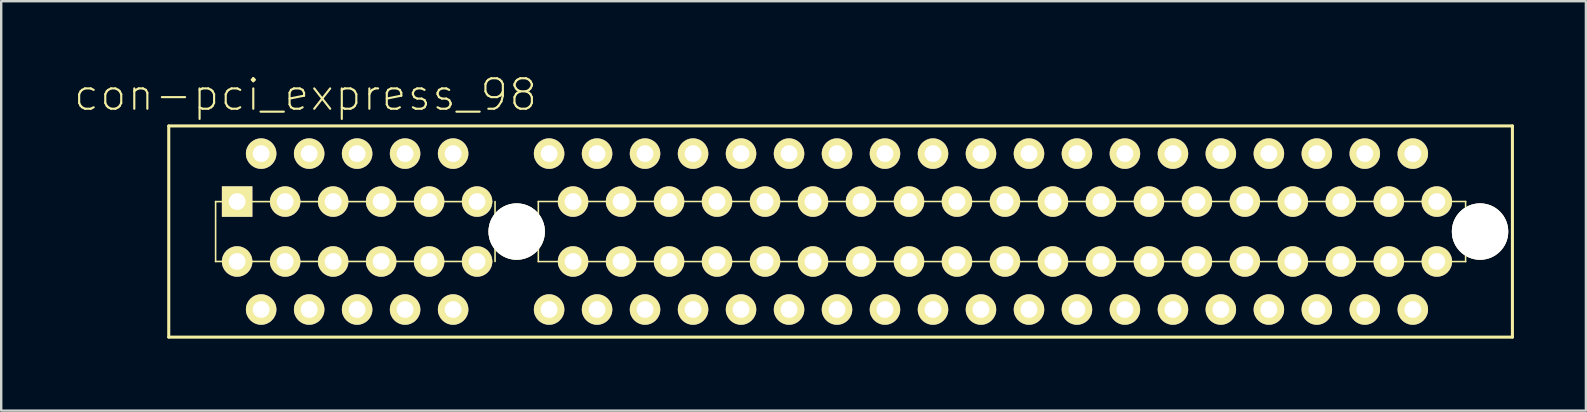
<source format=kicad_pcb>
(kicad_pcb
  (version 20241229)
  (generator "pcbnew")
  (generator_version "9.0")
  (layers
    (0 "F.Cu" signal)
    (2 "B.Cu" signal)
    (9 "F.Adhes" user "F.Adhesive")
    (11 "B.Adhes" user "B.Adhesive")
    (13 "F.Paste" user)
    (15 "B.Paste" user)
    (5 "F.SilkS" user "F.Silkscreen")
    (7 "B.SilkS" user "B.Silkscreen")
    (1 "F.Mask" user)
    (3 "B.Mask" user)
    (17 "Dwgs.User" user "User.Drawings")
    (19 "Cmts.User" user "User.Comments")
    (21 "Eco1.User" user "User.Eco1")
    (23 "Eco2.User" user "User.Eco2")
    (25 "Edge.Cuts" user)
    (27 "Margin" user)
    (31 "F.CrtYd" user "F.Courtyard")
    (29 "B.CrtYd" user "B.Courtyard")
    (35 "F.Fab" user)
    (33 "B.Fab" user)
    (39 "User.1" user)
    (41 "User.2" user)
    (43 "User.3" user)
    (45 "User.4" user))
  (footprint "con-pci_express_98"
    (layer "F.Cu")
    (at 16.833 6.85)
    (property "Reference" "con-pci_express_98" (at -7.15 -5.951 0) (layer "F.SilkS") (effects (font (size 1.27 1.27) (thickness 0.089))))
    (attr exclude_from_pos_files exclude_from_bom)
    (fp_line (start -12.85 4.148) (end -12.85 -4.648) (stroke (width 0.127) (type solid)) (layer "F.SilkS"))
    (fp_line (start -10.899 0.998) (end 0.599 0.998) (stroke (width 0.066) (type solid)) (layer "F.SilkS"))
    (fp_line (start -10.897 -1.499) (end 0.602 -1.499) (stroke (width 0.066) (type solid)) (layer "F.SilkS"))
    (fp_line (start -10.897 0.998) (end -10.897 -1.499) (stroke (width 0.066) (type solid)) (layer "F.SilkS"))
    (fp_line (start 0.749 0.998) (end 0.749 -1.499) (stroke (width 0.066) (type solid)) (layer "F.SilkS"))
    (fp_line (start 2.55 -1.501) (end 41.201 -1.501) (stroke (width 0.064) (type solid)) (layer "F.SilkS"))
    (fp_line (start 2.55 1.001) (end 41.201 1.001) (stroke (width 0.064) (type solid)) (layer "F.SilkS"))
    (fp_line (start 2.553 0.998) (end 2.553 -1.499) (stroke (width 0.066) (type solid)) (layer "F.SilkS"))
    (fp_line (start 41.199 1.001) (end 41.199 -1.501) (stroke (width 0.064) (type solid)) (layer "F.SilkS"))
    (fp_line (start 43.15 -4.651) (end -12.85 -4.651) (stroke (width 0.127) (type solid)) (layer "F.SilkS"))
    (fp_line (start 43.15 -4.651) (end 43.15 4.15) (stroke (width 0.127) (type solid)) (layer "F.SilkS"))
    (fp_line (start 43.15 4.15) (end -12.85 4.15) (stroke (width 0.127) (type solid)) (layer "F.SilkS"))
    (pad "" thru_hole circle (at 1.651 -0.249) (size 2.349 2.349) (drill 2.349) (layers "*.Cu" "F.Mask" "F.SilkS" "F.Paste"))
    (pad "" thru_hole circle (at 41.801 -0.249) (size 2.349 2.349) (drill 2.349) (layers "*.Cu" "F.Mask" "F.SilkS" "F.Paste"))
    (pad "A1" thru_hole rect (at -10 -1.499) (size 1.27 1.27) (drill 0.699) (layers "*.Cu" "F.Mask" "F.SilkS" "F.Paste"))
    (pad "A2" thru_hole circle (at -8.999 -3.498) (size 1.27 1.27) (drill 0.699) (layers "*.Cu" "F.Mask" "F.SilkS" "F.Paste"))
    (pad "A3" thru_hole circle (at -7.998 -1.499) (size 1.27 1.27) (drill 0.699) (layers "*.Cu" "F.Mask" "F.SilkS" "F.Paste"))
    (pad "A4" thru_hole circle (at -6.998 -3.498) (size 1.27 1.27) (drill 0.699) (layers "*.Cu" "F.Mask" "F.SilkS" "F.Paste"))
    (pad "A5" thru_hole circle (at -5.999 -1.499) (size 1.27 1.27) (drill 0.699) (layers "*.Cu" "F.Mask" "F.SilkS" "F.Paste"))
    (pad "A6" thru_hole circle (at -4.999 -3.498) (size 1.27 1.27) (drill 0.699) (layers "*.Cu" "F.Mask" "F.SilkS" "F.Paste"))
    (pad "A7" thru_hole circle (at -3.998 -1.499) (size 1.27 1.27) (drill 0.699) (layers "*.Cu" "F.Mask" "F.SilkS" "F.Paste"))
    (pad "A8" thru_hole circle (at -3 -3.498) (size 1.27 1.27) (drill 0.699) (layers "*.Cu" "F.Mask" "F.SilkS" "F.Paste"))
    (pad "A9" thru_hole circle (at -1.999 -1.499) (size 1.27 1.27) (drill 0.699) (layers "*.Cu" "F.Mask" "F.SilkS" "F.Paste"))
    (pad "A10" thru_hole circle (at -0.998 -3.498) (size 1.27 1.27) (drill 0.699) (layers "*.Cu" "F.Mask" "F.SilkS" "F.Paste"))
    (pad "A11" thru_hole circle (at 0 -1.499) (size 1.27 1.27) (drill 0.699) (layers "*.Cu" "F.Mask" "F.SilkS" "F.Paste"))
    (pad "A12" thru_hole circle (at 3.002 -3.498) (size 1.27 1.27) (drill 0.699) (layers "*.Cu" "F.Mask" "F.SilkS" "F.Paste"))
    (pad "A13" thru_hole circle (at 4 -1.499) (size 1.27 1.27) (drill 0.699) (layers "*.Cu" "F.Mask" "F.SilkS" "F.Paste"))
    (pad "A14" thru_hole circle (at 5.001 -3.498) (size 1.27 1.27) (drill 0.699) (layers "*.Cu" "F.Mask" "F.SilkS" "F.Paste"))
    (pad "A15" thru_hole circle (at 6.002 -1.499) (size 1.27 1.27) (drill 0.699) (layers "*.Cu" "F.Mask" "F.SilkS" "F.Paste"))
    (pad "A16" thru_hole circle (at 7 -3.498) (size 1.27 1.27) (drill 0.699) (layers "*.Cu" "F.Mask" "F.SilkS" "F.Paste"))
    (pad "A17" thru_hole circle (at 8.001 -1.499) (size 1.27 1.27) (drill 0.699) (layers "*.Cu" "F.Mask" "F.SilkS" "F.Paste"))
    (pad "A18" thru_hole circle (at 9.002 -3.498) (size 1.27 1.27) (drill 0.699) (layers "*.Cu" "F.Mask" "F.SilkS" "F.Paste"))
    (pad "A19" thru_hole circle (at 10 -1.499) (size 1.27 1.27) (drill 0.699) (layers "*.Cu" "F.Mask" "F.SilkS" "F.Paste"))
    (pad "A20" thru_hole circle (at 11.001 -3.498) (size 1.27 1.27) (drill 0.699) (layers "*.Cu" "F.Mask" "F.SilkS" "F.Paste"))
    (pad "A21" thru_hole circle (at 12.002 -1.499) (size 1.27 1.27) (drill 0.699) (layers "*.Cu" "F.Mask" "F.SilkS" "F.Paste"))
    (pad "A22" thru_hole circle (at 13.002 -3.498) (size 1.27 1.27) (drill 0.699) (layers "*.Cu" "F.Mask" "F.SilkS" "F.Paste"))
    (pad "A23" thru_hole circle (at 14 -1.499) (size 1.27 1.27) (drill 0.699) (layers "*.Cu" "F.Mask" "F.SilkS" "F.Paste"))
    (pad "A24" thru_hole circle (at 15.001 -3.498) (size 1.27 1.27) (drill 0.699) (layers "*.Cu" "F.Mask" "F.SilkS" "F.Paste"))
    (pad "A25" thru_hole circle (at 16.002 -1.499) (size 1.27 1.27) (drill 0.699) (layers "*.Cu" "F.Mask" "F.SilkS" "F.Paste"))
    (pad "A26" thru_hole circle (at 17 -3.498) (size 1.27 1.27) (drill 0.699) (layers "*.Cu" "F.Mask" "F.SilkS" "F.Paste"))
    (pad "A27" thru_hole circle (at 18.001 -1.499) (size 1.27 1.27) (drill 0.699) (layers "*.Cu" "F.Mask" "F.SilkS" "F.Paste"))
    (pad "A28" thru_hole circle (at 19.002 -3.498) (size 1.27 1.27) (drill 0.699) (layers "*.Cu" "F.Mask" "F.SilkS" "F.Paste"))
    (pad "A29" thru_hole circle (at 20 -1.499) (size 1.27 1.27) (drill 0.699) (layers "*.Cu" "F.Mask" "F.SilkS" "F.Paste"))
    (pad "A30" thru_hole circle (at 21.001 -3.498) (size 1.27 1.27) (drill 0.699) (layers "*.Cu" "F.Mask" "F.SilkS" "F.Paste"))
    (pad "A31" thru_hole circle (at 22.001 -1.499) (size 1.27 1.27) (drill 0.699) (layers "*.Cu" "F.Mask" "F.SilkS" "F.Paste"))
    (pad "A32" thru_hole circle (at 23.002 -3.498) (size 1.27 1.27) (drill 0.699) (layers "*.Cu" "F.Mask" "F.SilkS" "F.Paste"))
    (pad "A33" thru_hole circle (at 24 -1.499) (size 1.27 1.27) (drill 0.699) (layers "*.Cu" "F.Mask" "F.SilkS" "F.Paste"))
    (pad "A34" thru_hole circle (at 25.001 -3.498) (size 1.27 1.27) (drill 0.699) (layers "*.Cu" "F.Mask" "F.SilkS" "F.Paste"))
    (pad "A35" thru_hole circle (at 26.002 -1.499) (size 1.27 1.27) (drill 0.699) (layers "*.Cu" "F.Mask" "F.SilkS" "F.Paste"))
    (pad "A36" thru_hole circle (at 27 -3.498) (size 1.27 1.27) (drill 0.699) (layers "*.Cu" "F.Mask" "F.SilkS" "F.Paste"))
    (pad "A37" thru_hole circle (at 28.001 -1.499) (size 1.27 1.27) (drill 0.699) (layers "*.Cu" "F.Mask" "F.SilkS" "F.Paste"))
    (pad "A38" thru_hole circle (at 29.002 -3.498) (size 1.27 1.27) (drill 0.699) (layers "*.Cu" "F.Mask" "F.SilkS" "F.Paste"))
    (pad "A39" thru_hole circle (at 30 -1.499) (size 1.27 1.27) (drill 0.699) (layers "*.Cu" "F.Mask" "F.SilkS" "F.Paste"))
    (pad "A40" thru_hole circle (at 30.998 -3.498) (size 1.27 1.27) (drill 0.699) (layers "*.Cu" "F.Mask" "F.SilkS" "F.Paste"))
    (pad "A41" thru_hole circle (at 31.999 -1.499) (size 1.27 1.27) (drill 0.699) (layers "*.Cu" "F.Mask" "F.SilkS" "F.Paste"))
    (pad "A42" thru_hole circle (at 33 -3.498) (size 1.27 1.27) (drill 0.699) (layers "*.Cu" "F.Mask" "F.SilkS" "F.Paste"))
    (pad "A43" thru_hole circle (at 33.998 -1.499) (size 1.27 1.27) (drill 0.699) (layers "*.Cu" "F.Mask" "F.SilkS" "F.Paste"))
    (pad "A44" thru_hole circle (at 34.999 -3.498) (size 1.27 1.27) (drill 0.699) (layers "*.Cu" "F.Mask" "F.SilkS" "F.Paste"))
    (pad "A45" thru_hole circle (at 35.999 -1.499) (size 1.27 1.27) (drill 0.699) (layers "*.Cu" "F.Mask" "F.SilkS" "F.Paste"))
    (pad "A46" thru_hole circle (at 36.998 -3.498) (size 1.27 1.27) (drill 0.699) (layers "*.Cu" "F.Mask" "F.SilkS" "F.Paste"))
    (pad "A47" thru_hole circle (at 37.998 -1.499) (size 1.27 1.27) (drill 0.699) (layers "*.Cu" "F.Mask" "F.SilkS" "F.Paste"))
    (pad "A48" thru_hole circle (at 38.999 -3.498) (size 1.27 1.27) (drill 0.699) (layers "*.Cu" "F.Mask" "F.SilkS" "F.Paste"))
    (pad "A49" thru_hole circle (at 40 -1.499) (size 1.27 1.27) (drill 0.699) (layers "*.Cu" "F.Mask" "F.SilkS" "F.Paste"))
    (pad "B1" thru_hole circle (at -10 0.998) (size 1.27 1.27) (drill 0.699) (layers "*.Cu" "F.Mask" "F.SilkS" "F.Paste"))
    (pad "B2" thru_hole circle (at -8.999 3) (size 1.27 1.27) (drill 0.699) (layers "*.Cu" "F.Mask" "F.SilkS" "F.Paste"))
    (pad "B3" thru_hole circle (at -7.998 0.998) (size 1.27 1.27) (drill 0.699) (layers "*.Cu" "F.Mask" "F.SilkS" "F.Paste"))
    (pad "B4" thru_hole circle (at -6.998 3) (size 1.27 1.27) (drill 0.699) (layers "*.Cu" "F.Mask" "F.SilkS" "F.Paste"))
    (pad "B5" thru_hole circle (at -5.999 0.998) (size 1.27 1.27) (drill 0.699) (layers "*.Cu" "F.Mask" "F.SilkS" "F.Paste"))
    (pad "B6" thru_hole circle (at -4.999 3) (size 1.27 1.27) (drill 0.699) (layers "*.Cu" "F.Mask" "F.SilkS" "F.Paste"))
    (pad "B7" thru_hole circle (at -3.998 0.998) (size 1.27 1.27) (drill 0.699) (layers "*.Cu" "F.Mask" "F.SilkS" "F.Paste"))
    (pad "B8" thru_hole circle (at -3 3) (size 1.27 1.27) (drill 0.699) (layers "*.Cu" "F.Mask" "F.SilkS" "F.Paste"))
    (pad "B9" thru_hole circle (at -1.999 0.998) (size 1.27 1.27) (drill 0.699) (layers "*.Cu" "F.Mask" "F.SilkS" "F.Paste"))
    (pad "B10" thru_hole circle (at -0.998 3) (size 1.27 1.27) (drill 0.699) (layers "*.Cu" "F.Mask" "F.SilkS" "F.Paste"))
    (pad "B11" thru_hole circle (at 0 0.998) (size 1.27 1.27) (drill 0.699) (layers "*.Cu" "F.Mask" "F.SilkS" "F.Paste"))
    (pad "B12" thru_hole circle (at 3.002 3) (size 1.27 1.27) (drill 0.699) (layers "*.Cu" "F.Mask" "F.SilkS" "F.Paste"))
    (pad "B13" thru_hole circle (at 4 0.998) (size 1.27 1.27) (drill 0.699) (layers "*.Cu" "F.Mask" "F.SilkS" "F.Paste"))
    (pad "B14" thru_hole circle (at 5.001 3) (size 1.27 1.27) (drill 0.699) (layers "*.Cu" "F.Mask" "F.SilkS" "F.Paste"))
    (pad "B15" thru_hole circle (at 6.002 0.998) (size 1.27 1.27) (drill 0.699) (layers "*.Cu" "F.Mask" "F.SilkS" "F.Paste"))
    (pad "B16" thru_hole circle (at 7 3) (size 1.27 1.27) (drill 0.699) (layers "*.Cu" "F.Mask" "F.SilkS" "F.Paste"))
    (pad "B17" thru_hole circle (at 8.001 0.998) (size 1.27 1.27) (drill 0.699) (layers "*.Cu" "F.Mask" "F.SilkS" "F.Paste"))
    (pad "B18" thru_hole circle (at 9.002 3) (size 1.27 1.27) (drill 0.699) (layers "*.Cu" "F.Mask" "F.SilkS" "F.Paste"))
    (pad "B19" thru_hole circle (at 10 0.998) (size 1.27 1.27) (drill 0.699) (layers "*.Cu" "F.Mask" "F.SilkS" "F.Paste"))
    (pad "B20" thru_hole circle (at 11.001 3) (size 1.27 1.27) (drill 0.699) (layers "*.Cu" "F.Mask" "F.SilkS" "F.Paste"))
    (pad "B21" thru_hole circle (at 12.002 0.998) (size 1.27 1.27) (drill 0.699) (layers "*.Cu" "F.Mask" "F.SilkS" "F.Paste"))
    (pad "B22" thru_hole circle (at 13.002 3) (size 1.27 1.27) (drill 0.699) (layers "*.Cu" "F.Mask" "F.SilkS" "F.Paste"))
    (pad "B23" thru_hole circle (at 14 0.998) (size 1.27 1.27) (drill 0.699) (layers "*.Cu" "F.Mask" "F.SilkS" "F.Paste"))
    (pad "B24" thru_hole circle (at 15.001 3) (size 1.27 1.27) (drill 0.699) (layers "*.Cu" "F.Mask" "F.SilkS" "F.Paste"))
    (pad "B25" thru_hole circle (at 16.002 0.998) (size 1.27 1.27) (drill 0.699) (layers "*.Cu" "F.Mask" "F.SilkS" "F.Paste"))
    (pad "B26" thru_hole circle (at 17 3) (size 1.27 1.27) (drill 0.699) (layers "*.Cu" "F.Mask" "F.SilkS" "F.Paste"))
    (pad "B27" thru_hole circle (at 18.001 0.998) (size 1.27 1.27) (drill 0.699) (layers "*.Cu" "F.Mask" "F.SilkS" "F.Paste"))
    (pad "B28" thru_hole circle (at 19.002 3) (size 1.27 1.27) (drill 0.699) (layers "*.Cu" "F.Mask" "F.SilkS" "F.Paste"))
    (pad "B29" thru_hole circle (at 20 0.998) (size 1.27 1.27) (drill 0.699) (layers "*.Cu" "F.Mask" "F.SilkS" "F.Paste"))
    (pad "B30" thru_hole circle (at 21.001 3) (size 1.27 1.27) (drill 0.699) (layers "*.Cu" "F.Mask" "F.SilkS" "F.Paste"))
    (pad "B31" thru_hole circle (at 22.001 0.998) (size 1.27 1.27) (drill 0.699) (layers "*.Cu" "F.Mask" "F.SilkS" "F.Paste"))
    (pad "B32" thru_hole circle (at 23.002 3) (size 1.27 1.27) (drill 0.699) (layers "*.Cu" "F.Mask" "F.SilkS" "F.Paste"))
    (pad "B33" thru_hole circle (at 24 0.998) (size 1.27 1.27) (drill 0.699) (layers "*.Cu" "F.Mask" "F.SilkS" "F.Paste"))
    (pad "B34" thru_hole circle (at 25.001 3) (size 1.27 1.27) (drill 0.699) (layers "*.Cu" "F.Mask" "F.SilkS" "F.Paste"))
    (pad "B35" thru_hole circle (at 26.002 0.998) (size 1.27 1.27) (drill 0.699) (layers "*.Cu" "F.Mask" "F.SilkS" "F.Paste"))
    (pad "B36" thru_hole circle (at 27 3) (size 1.27 1.27) (drill 0.699) (layers "*.Cu" "F.Mask" "F.SilkS" "F.Paste"))
    (pad "B37" thru_hole circle (at 28.001 0.998) (size 1.27 1.27) (drill 0.699) (layers "*.Cu" "F.Mask" "F.SilkS" "F.Paste"))
    (pad "B38" thru_hole circle (at 29.002 3) (size 1.27 1.27) (drill 0.699) (layers "*.Cu" "F.Mask" "F.SilkS" "F.Paste"))
    (pad "B39" thru_hole circle (at 30 0.998) (size 1.27 1.27) (drill 0.699) (layers "*.Cu" "F.Mask" "F.SilkS" "F.Paste"))
    (pad "B40" thru_hole circle (at 30.998 3) (size 1.27 1.27) (drill 0.699) (layers "*.Cu" "F.Mask" "F.SilkS" "F.Paste"))
    (pad "B41" thru_hole circle (at 31.999 0.998) (size 1.27 1.27) (drill 0.699) (layers "*.Cu" "F.Mask" "F.SilkS" "F.Paste"))
    (pad "B42" thru_hole circle (at 33 3) (size 1.27 1.27) (drill 0.699) (layers "*.Cu" "F.Mask" "F.SilkS" "F.Paste"))
    (pad "B43" thru_hole circle (at 33.998 0.998) (size 1.27 1.27) (drill 0.699) (layers "*.Cu" "F.Mask" "F.SilkS" "F.Paste"))
    (pad "B44" thru_hole circle (at 34.999 3) (size 1.27 1.27) (drill 0.699) (layers "*.Cu" "F.Mask" "F.SilkS" "F.Paste"))
    (pad "B45" thru_hole circle (at 35.999 0.998) (size 1.27 1.27) (drill 0.699) (layers "*.Cu" "F.Mask" "F.SilkS" "F.Paste"))
    (pad "B46" thru_hole circle (at 36.998 3) (size 1.27 1.27) (drill 0.699) (layers "*.Cu" "F.Mask" "F.SilkS" "F.Paste"))
    (pad "B47" thru_hole circle (at 37.998 0.998) (size 1.27 1.27) (drill 0.699) (layers "*.Cu" "F.Mask" "F.SilkS" "F.Paste"))
    (pad "B48" thru_hole circle (at 38.999 3) (size 1.27 1.27) (drill 0.699) (layers "*.Cu" "F.Mask" "F.SilkS" "F.Paste"))
    (pad "B49" thru_hole circle (at 40 0.998) (size 1.27 1.27) (drill 0.699) (layers "*.Cu" "F.Mask" "F.SilkS" "F.Paste")))
  (gr_rect
    (start -3 -3)
    (end 63.046 14.064)
    (stroke (width 0.1) (type default))
    (fill no)
    (layer "Edge.Cuts")))
</source>
